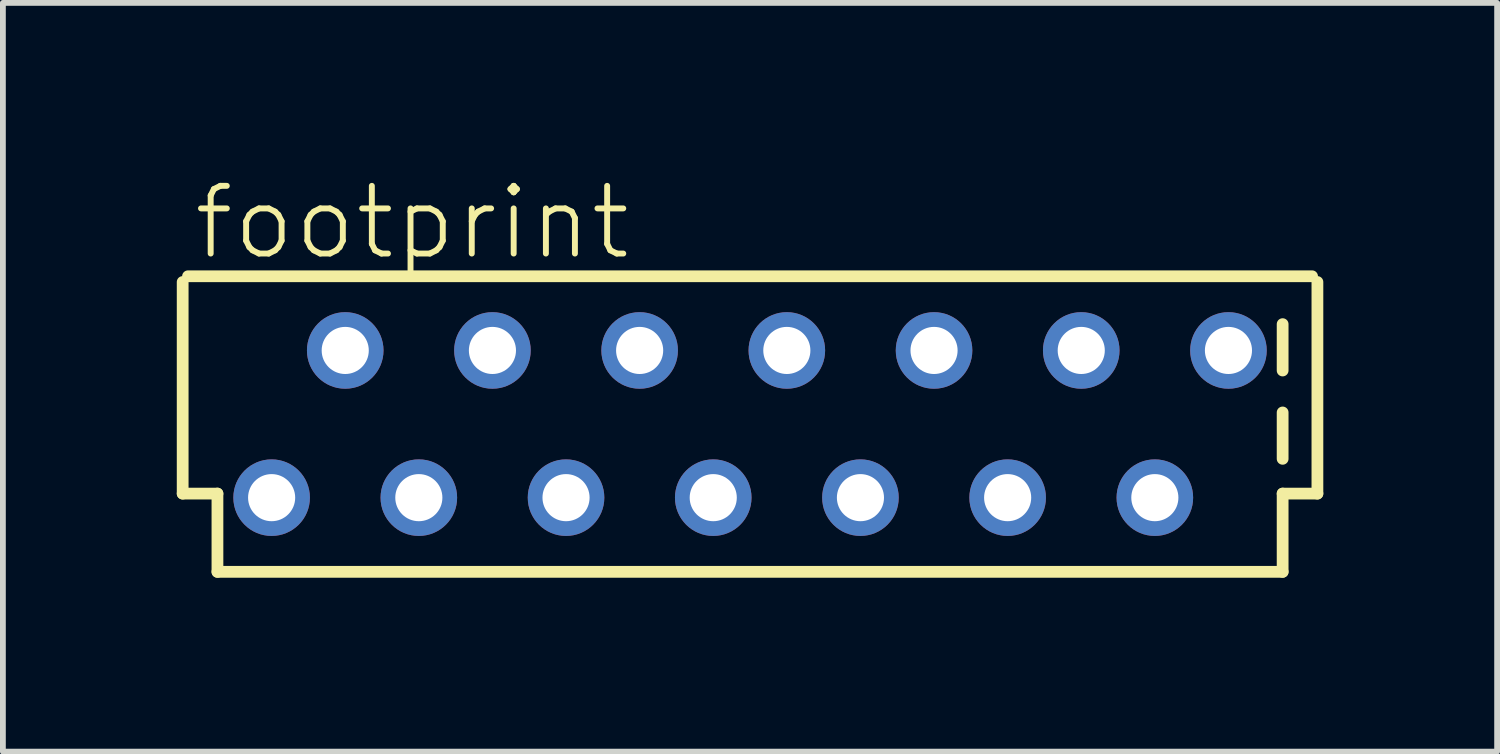
<source format=kicad_pcb>
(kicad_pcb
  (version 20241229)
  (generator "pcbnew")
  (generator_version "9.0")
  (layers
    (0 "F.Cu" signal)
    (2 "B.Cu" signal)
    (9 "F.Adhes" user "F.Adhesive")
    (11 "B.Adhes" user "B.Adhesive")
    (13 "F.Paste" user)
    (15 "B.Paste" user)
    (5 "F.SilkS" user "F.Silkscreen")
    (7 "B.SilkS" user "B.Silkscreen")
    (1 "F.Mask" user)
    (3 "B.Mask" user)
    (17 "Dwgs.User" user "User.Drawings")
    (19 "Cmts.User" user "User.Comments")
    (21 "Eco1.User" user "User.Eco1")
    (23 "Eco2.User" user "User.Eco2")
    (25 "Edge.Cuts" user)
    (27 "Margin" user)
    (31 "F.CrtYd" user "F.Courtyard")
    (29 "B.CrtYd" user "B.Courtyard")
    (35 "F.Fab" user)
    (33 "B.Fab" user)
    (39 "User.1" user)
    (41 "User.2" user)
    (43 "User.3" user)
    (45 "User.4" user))
  (footprint "footprint"
    (layer "F.Cu")
    (at 9.892 4.267)
    (property "Reference" "footprint" (at -9.652 -2.794 0) (layer "F.SilkS") (effects (font (size 1.168 1.168) (thickness 0.102)) (justify left bottom)))
    (fp_line (start -9.79 -2.451) (end -9.79 1.2) (stroke (width 0.203) (type solid)) (layer "F.SilkS"))
    (fp_line (start -9.79 1.2) (end -9.19 1.2) (stroke (width 0.203) (type solid)) (layer "F.SilkS"))
    (fp_line (start -9.19 1.2) (end -9.19 2.55) (stroke (width 0.203) (type solid)) (layer "F.SilkS"))
    (fp_line (start -9.19 2.55) (end 9.19 2.55) (stroke (width 0.203) (type solid)) (layer "F.SilkS"))
    (fp_line (start 9.19 -1.724) (end 9.19 -0.924) (stroke (width 0.203) (type solid)) (layer "F.SilkS"))
    (fp_line (start 9.19 -0.2) (end 9.19 0.6) (stroke (width 0.203) (type solid)) (layer "F.SilkS"))
    (fp_line (start 9.19 1.2) (end 9.79 1.2) (stroke (width 0.203) (type solid)) (layer "F.SilkS"))
    (fp_line (start 9.19 2.55) (end 9.19 1.2) (stroke (width 0.203) (type solid)) (layer "F.SilkS"))
    (fp_line (start 9.698 -2.55) (end -9.698 -2.55) (stroke (width 0.203) (type solid)) (layer "F.SilkS"))
    (fp_line (start 9.79 1.2) (end 9.79 -2.451) (stroke (width 0.203) (type solid)) (layer "F.SilkS"))
    (pad "1" thru_hole circle (at -8.255 1.27) (size 1.321 1.321) (drill 0.813) (layers "*.Cu" "*.Mask"))
    (pad "2" thru_hole circle (at -6.985 -1.27) (size 1.321 1.321) (drill 0.813) (layers "*.Cu" "*.Mask"))
    (pad "3" thru_hole circle (at -5.715 1.27) (size 1.321 1.321) (drill 0.813) (layers "*.Cu" "*.Mask"))
    (pad "4" thru_hole circle (at -4.445 -1.27) (size 1.321 1.321) (drill 0.813) (layers "*.Cu" "*.Mask"))
    (pad "5" thru_hole circle (at -3.175 1.27) (size 1.321 1.321) (drill 0.813) (layers "*.Cu" "*.Mask"))
    (pad "6" thru_hole circle (at -1.905 -1.27) (size 1.321 1.321) (drill 0.813) (layers "*.Cu" "*.Mask"))
    (pad "7" thru_hole circle (at -0.635 1.27) (size 1.321 1.321) (drill 0.813) (layers "*.Cu" "*.Mask"))
    (pad "8" thru_hole circle (at 0.635 -1.27) (size 1.321 1.321) (drill 0.813) (layers "*.Cu" "*.Mask"))
    (pad "9" thru_hole circle (at 1.905 1.27) (size 1.321 1.321) (drill 0.813) (layers "*.Cu" "*.Mask"))
    (pad "10" thru_hole circle (at 3.175 -1.27) (size 1.321 1.321) (drill 0.813) (layers "*.Cu" "*.Mask"))
    (pad "11" thru_hole circle (at 4.445 1.27) (size 1.321 1.321) (drill 0.813) (layers "*.Cu" "*.Mask"))
    (pad "12" thru_hole circle (at 5.715 -1.27) (size 1.321 1.321) (drill 0.813) (layers "*.Cu" "*.Mask"))
    (pad "13" thru_hole circle (at 6.985 1.27) (size 1.321 1.321) (drill 0.813) (layers "*.Cu" "*.Mask"))
    (pad "14" thru_hole circle (at 8.255 -1.27) (size 1.321 1.321) (drill 0.813) (layers "*.Cu" "*.Mask")))
  (gr_rect
    (start -3 -3)
    (end 22.783 9.919)
    (stroke (width 0.1) (type default))
    (fill no)
    (layer "Edge.Cuts")))
</source>
